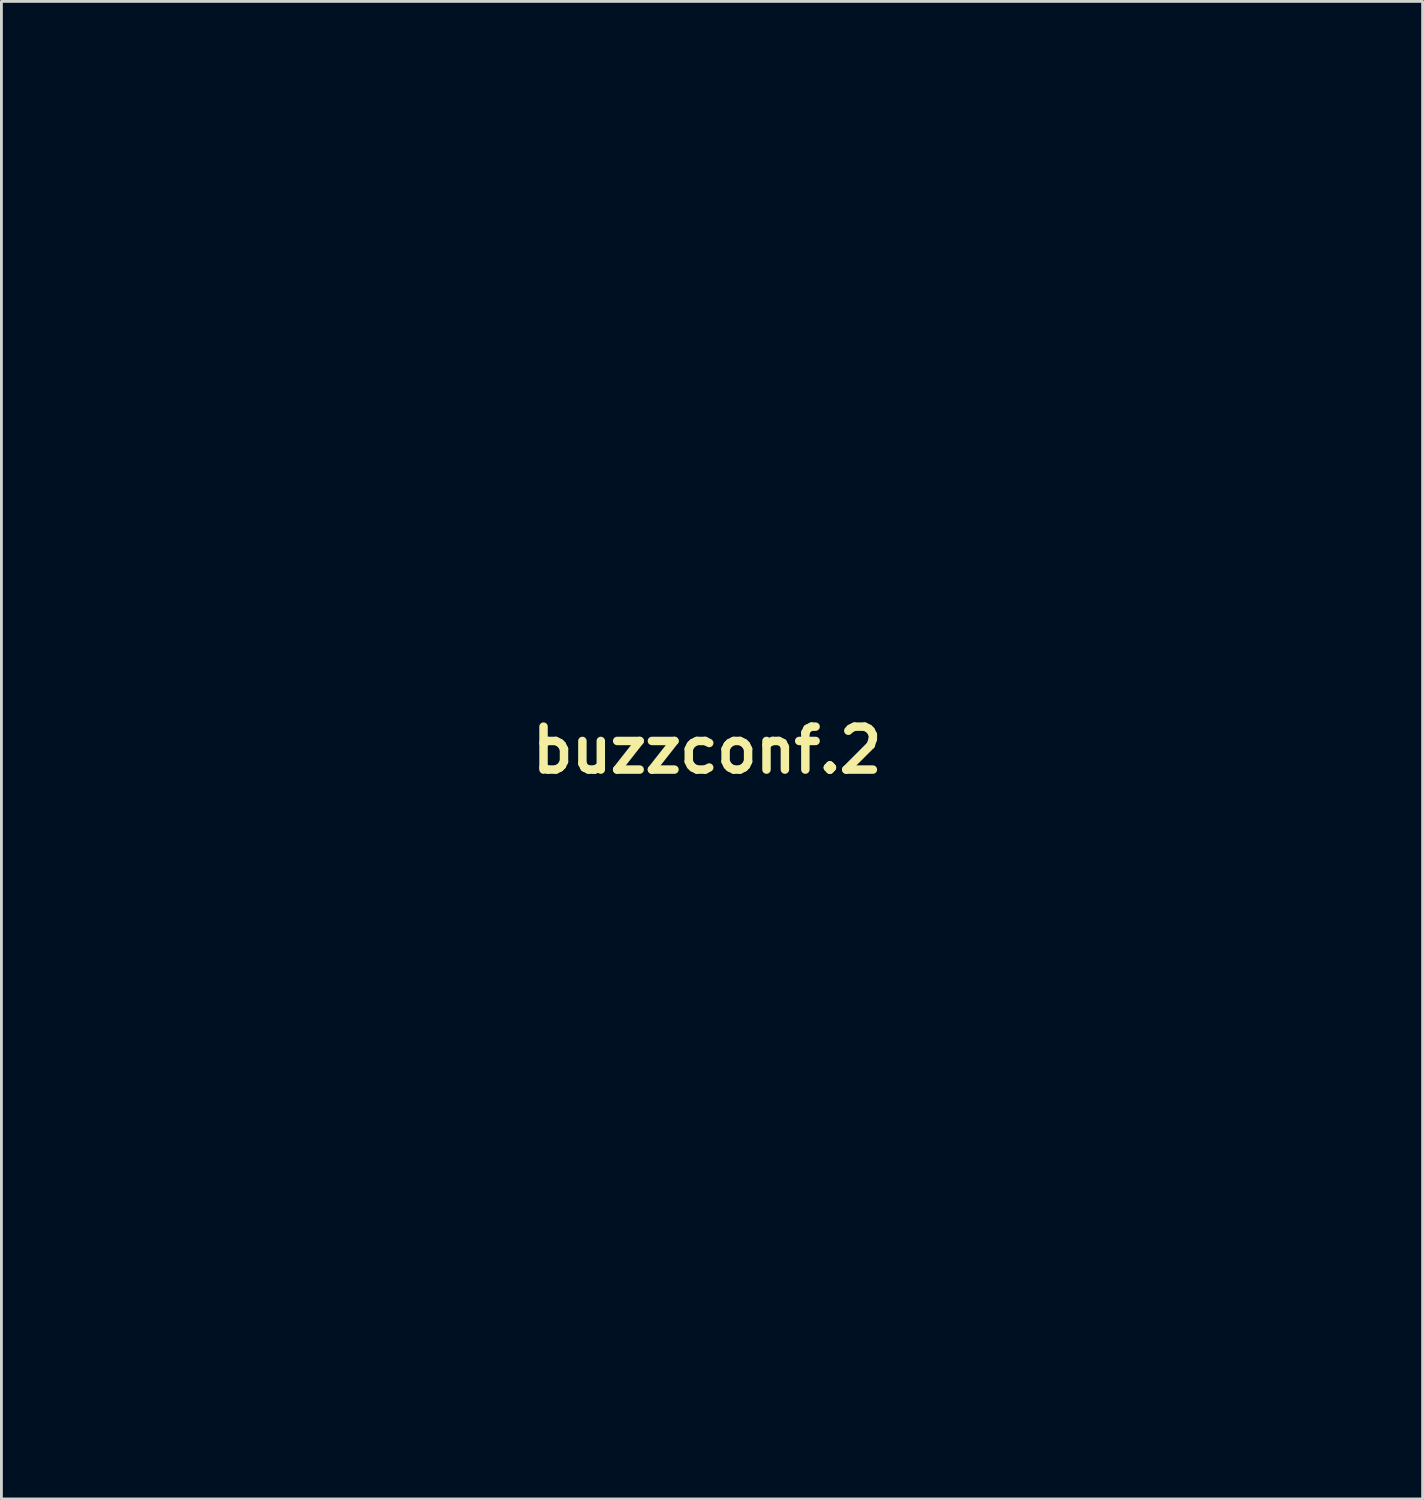
<source format=kicad_pcb>
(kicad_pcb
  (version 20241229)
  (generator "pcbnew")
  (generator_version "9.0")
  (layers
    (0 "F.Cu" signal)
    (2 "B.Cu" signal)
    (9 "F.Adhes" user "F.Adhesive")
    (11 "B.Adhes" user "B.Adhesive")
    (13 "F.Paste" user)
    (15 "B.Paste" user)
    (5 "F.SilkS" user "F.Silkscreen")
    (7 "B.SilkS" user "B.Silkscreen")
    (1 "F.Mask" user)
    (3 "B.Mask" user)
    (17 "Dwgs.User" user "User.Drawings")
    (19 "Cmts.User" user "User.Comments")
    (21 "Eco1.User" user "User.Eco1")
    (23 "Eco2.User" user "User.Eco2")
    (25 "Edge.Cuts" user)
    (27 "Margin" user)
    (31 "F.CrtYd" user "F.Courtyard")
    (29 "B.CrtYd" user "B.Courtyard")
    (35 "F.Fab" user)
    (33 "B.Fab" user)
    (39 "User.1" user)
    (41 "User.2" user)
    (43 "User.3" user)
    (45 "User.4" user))
  (footprint "buzzconf.2"
    (layer "F.Cu")
    (at 22.039 23.564)
    (property "Reference" "buzzconf.2" (at 0 0 0) (layer "F.SilkS") (effects (font (size 1.524 1.524) (thickness 0.3))))
    (attr through_hole)
    (fp_poly (pts (xy 4.47 0.864) (xy 4.42 0.914) (xy 4.369 0.864) (xy 4.42 0.813) (xy 4.47 0.864)) (stroke (width 0.01) (type solid)) (fill no) (layer "Eco1.User"))
    (fp_poly (pts (xy 3.988 0.238) (xy 4.001 0.275) (xy 3.861 0.289) (xy 3.717 0.273) (xy 3.734 0.238) (xy 3.942 0.224) (xy 3.988 0.238)) (stroke (width 0.01) (type solid)) (fill no) (layer "Eco1.User"))
    (fp_poly (pts (xy 4.17 1.121) (xy 4.261 1.329) (xy 4.204 1.42) (xy 4.176 1.422) (xy 4.067 1.341) (xy 4.022 1.255) (xy 3.996 1.077) (xy 4.063 1.023) (xy 4.17 1.121)) (stroke (width 0.01) (type solid)) (fill no) (layer "Eco1.User"))
    (fp_poly (pts (xy 4.38 0.174) (xy 4.46 0.34) (xy 4.454 0.404) (xy 4.374 0.466) (xy 4.341 0.447) (xy 4.274 0.288) (xy 4.267 0.217) (xy 4.299 0.12) (xy 4.38 0.174)) (stroke (width 0.01) (type solid)) (fill no) (layer "Eco1.User"))
    (fp_poly (pts (xy 6.598 -0.934) (xy 6.641 -0.864) (xy 6.621 -0.741) (xy 6.494 -0.711) (xy 6.367 -0.779) (xy 6.302 -0.927) (xy 6.401 -1.013) (xy 6.441 -1.016) (xy 6.598 -0.934)) (stroke (width 0.01) (type solid)) (fill no) (layer "Eco1.User"))
    (fp_poly (pts (xy 3.136 0.35) (xy 3.528 0.444) (xy 3.556 0.451) (xy 3.777 0.494) (xy 3.835 0.5) (xy 3.954 0.572) (xy 3.962 0.61) (xy 3.876 0.678) (xy 3.662 0.696) (xy 3.391 0.669) (xy 3.132 0.599) (xy 3.073 0.573) (xy 2.9 0.455) (xy 2.845 0.37) (xy 2.915 0.326) (xy 3.136 0.35)) (stroke (width 0.01) (type solid)) (fill no) (layer "Eco1.User"))
    (fp_poly (pts (xy 13.377 2.275) (xy 13.535 2.48) (xy 13.613 2.621) (xy 13.614 2.633) (xy 13.537 2.722) (xy 13.328 2.902) (xy 13.02 3.146) (xy 12.687 3.396) (xy 11.76 4.079) (xy 11.827 3.69) (xy 11.907 3.261) (xy 11.991 2.974) (xy 12.112 2.77) (xy 12.304 2.59) (xy 12.57 2.397) (xy 13.14 2) (xy 13.377 2.275)) (stroke (width 0.01) (type solid)) (fill no) (layer "Eco1.User"))
    (fp_poly (pts (xy -0.469 -9.713) (xy -0.205 -9.602) (xy 0.158 -9.439) (xy 0.484 -9.288) (xy 1.473 -8.822) (xy 1.016 -8.633) (xy 0.63 -8.495) (xy 0.326 -8.459) (xy 0.02 -8.53) (xy -0.356 -8.704) (xy -0.636 -8.85) (xy -0.83 -8.952) (xy -0.886 -8.984) (xy -0.882 -9.092) (xy -0.819 -9.302) (xy -0.728 -9.534) (xy -0.637 -9.708) (xy -0.591 -9.754) (xy -0.469 -9.713)) (stroke (width 0.01) (type solid)) (fill no) (layer "Eco1.User"))
    (fp_poly (pts (xy -19.77 -1.259) (xy -19.631 -1.115) (xy -19.632 -0.872) (xy -19.763 -0.573) (xy -19.915 -0.37) (xy -20.252 -0.068) (xy -20.655 0.173) (xy -21.077 0.336) (xy -21.47 0.407) (xy -21.787 0.369) (xy -21.925 0.284) (xy -22.034 0.058) (xy -21.98 -0.206) (xy -21.794 -0.484) (xy -21.508 -0.755) (xy -21.152 -0.995) (xy -20.757 -1.182) (xy -20.356 -1.294) (xy -19.979 -1.309) (xy -19.77 -1.259)) (stroke (width 0.01) (type solid)) (fill no) (layer "Eco1.User"))
    (fp_poly (pts (xy 13.723 21.819) (xy 14.162 22.021) (xy 14.586 22.307) (xy 14.932 22.635) (xy 15.091 22.866) (xy 15.185 23.183) (xy 15.115 23.411) (xy 14.905 23.541) (xy 14.579 23.561) (xy 14.161 23.46) (xy 13.97 23.382) (xy 13.669 23.199) (xy 13.355 22.939) (xy 13.076 22.648) (xy 12.876 22.375) (xy 12.802 22.169) (xy 12.888 21.911) (xy 13.13 21.767) (xy 13.335 21.742) (xy 13.723 21.819)) (stroke (width 0.01) (type solid)) (fill no) (layer "Eco1.User"))
    (fp_poly (pts (xy 16.285 -21.305) (xy 16.434 -20.982) (xy 16.525 -20.563) (xy 16.555 -20.1) (xy 16.519 -19.644) (xy 16.412 -19.245) (xy 16.293 -19.028) (xy 16.055 -18.78) (xy 15.846 -18.73) (xy 15.646 -18.877) (xy 15.548 -19.018) (xy 15.405 -19.365) (xy 15.34 -19.778) (xy 15.343 -20.218) (xy 15.406 -20.647) (xy 15.521 -21.026) (xy 15.679 -21.317) (xy 15.873 -21.48) (xy 16.083 -21.482) (xy 16.285 -21.305)) (stroke (width 0.01) (type solid)) (fill no) (layer "Eco1.User"))
    (fp_poly (pts (xy -4.022 6.968) (xy -3.839 7.118) (xy -3.643 7.294) (xy -3.413 7.52) (xy -3.279 7.707) (xy -3.211 7.927) (xy -3.178 8.252) (xy -3.168 8.407) (xy -3.128 9.114) (xy -3.456 9.18) (xy -3.704 9.225) (xy -3.855 9.246) (xy -3.859 9.246) (xy -3.897 9.151) (xy -3.943 8.894) (xy -3.991 8.515) (xy -4.031 8.103) (xy -4.068 7.644) (xy -4.094 7.267) (xy -4.106 7.013) (xy -4.104 6.924) (xy -4.022 6.968)) (stroke (width 0.01) (type solid)) (fill no) (layer "Eco1.User"))
    (fp_poly (pts (xy 12.373 18.923) (xy 12.815 19.039) (xy 13.279 19.235) (xy 13.736 19.505) (xy 14.159 19.84) (xy 14.519 20.231) (xy 14.648 20.416) (xy 14.855 20.79) (xy 14.922 21.066) (xy 14.852 21.292) (xy 14.732 21.438) (xy 14.439 21.596) (xy 14.029 21.626) (xy 13.614 21.546) (xy 13.049 21.316) (xy 12.518 20.993) (xy 12.052 20.609) (xy 11.685 20.195) (xy 11.45 19.782) (xy 11.379 19.445) (xy 11.455 19.15) (xy 11.665 18.971) (xy 11.98 18.898) (xy 12.373 18.923)) (stroke (width 0.01) (type solid)) (fill no) (layer "Eco1.User"))
    (fp_poly (pts (xy 14.775 -20.024) (xy 14.986 -19.715) (xy 15.148 -19.264) (xy 15.243 -18.679) (xy 15.261 -18.24) (xy 15.219 -17.621) (xy 15.106 -17.075) (xy 14.934 -16.623) (xy 14.72 -16.286) (xy 14.475 -16.085) (xy 14.215 -16.039) (xy 13.954 -16.17) (xy 13.885 -16.238) (xy 13.66 -16.611) (xy 13.509 -17.125) (xy 13.435 -17.728) (xy 13.446 -18.369) (xy 13.545 -18.996) (xy 13.577 -19.119) (xy 13.779 -19.656) (xy 14.016 -20.007) (xy 14.273 -20.179) (xy 14.532 -20.182) (xy 14.775 -20.024)) (stroke (width 0.01) (type solid)) (fill no) (layer "Eco1.User"))
    (fp_poly (pts (xy -16.925 -1.263) (xy -16.762 -1.167) (xy -16.586 -0.886) (xy -16.594 -0.546) (xy -16.784 -0.166) (xy -16.891 -0.029) (xy -17.151 0.263) (xy -17.369 0.468) (xy -17.612 0.635) (xy -17.945 0.813) (xy -18.136 0.908) (xy -18.698 1.138) (xy -19.204 1.261) (xy -19.614 1.267) (xy -19.765 1.226) (xy -20.067 1.021) (xy -20.186 0.74) (xy -20.122 0.394) (xy -19.876 -0.006) (xy -19.673 -0.235) (xy -19.254 -0.592) (xy -18.766 -0.892) (xy -18.249 -1.122) (xy -17.743 -1.269) (xy -17.288 -1.321) (xy -16.925 -1.263)) (stroke (width 0.01) (type solid)) (fill no) (layer "Eco1.User"))
    (fp_poly (pts (xy -13.316 -1.004) (xy -13.105 -0.963) (xy -13.035 -0.873) (xy -13.11 -0.716) (xy -13.335 -0.474) (xy -13.712 -0.13) (xy -13.89 0.025) (xy -14.377 0.462) (xy -14.909 0.96) (xy -15.413 1.45) (xy -15.727 1.768) (xy -16.124 2.17) (xy -16.424 2.436) (xy -16.66 2.583) (xy -16.867 2.632) (xy -17.077 2.601) (xy -17.17 2.57) (xy -17.493 2.361) (xy -17.657 2.045) (xy -17.658 1.646) (xy -17.493 1.187) (xy -17.387 1.003) (xy -16.924 0.437) (xy -16.31 -0.073) (xy -15.596 -0.498) (xy -14.833 -0.812) (xy -14.072 -0.987) (xy -13.665 -1.014) (xy -13.316 -1.004)) (stroke (width 0.01) (type solid)) (fill no) (layer "Eco1.User"))
    (fp_poly (pts (xy 8.207 5.322) (xy 8.196 5.403) (xy 8.142 5.658) (xy 8.082 5.988) (xy 8.071 6.059) (xy 8.004 6.478) (xy 6.099 7.456) (xy 5.527 7.746) (xy 5.016 8.002) (xy 4.592 8.21) (xy 4.285 8.356) (xy 4.121 8.426) (xy 4.103 8.43) (xy 3.977 8.379) (xy 3.732 8.246) (xy 3.422 8.062) (xy 3.42 8.061) (xy 2.827 7.694) (xy 4.284 7.064) (xy 4.929 6.779) (xy 5.64 6.453) (xy 6.338 6.124) (xy 6.938 5.831) (xy 6.998 5.801) (xy 7.496 5.552) (xy 7.84 5.388) (xy 8.056 5.301) (xy 8.17 5.282) (xy 8.207 5.322)) (stroke (width 0.01) (type solid)) (fill no) (layer "Eco1.User"))
    (fp_poly (pts (xy 12.414 -18.463) (xy 12.585 -18.335) (xy 12.894 -17.955) (xy 13.127 -17.426) (xy 13.282 -16.786) (xy 13.356 -16.076) (xy 13.347 -15.334) (xy 13.252 -14.6) (xy 13.07 -13.914) (xy 12.872 -13.449) (xy 12.751 -13.26) (xy 12.59 -13.057) (xy 12.432 -12.888) (xy 12.32 -12.801) (xy 12.294 -12.814) (xy 12.273 -12.999) (xy 12.216 -13.343) (xy 12.131 -13.806) (xy 12.025 -14.348) (xy 11.908 -14.929) (xy 11.787 -15.509) (xy 11.669 -16.048) (xy 11.563 -16.508) (xy 11.488 -16.808) (xy 11.192 -17.918) (xy 11.53 -18.255) (xy 11.843 -18.507) (xy 12.123 -18.575) (xy 12.414 -18.463)) (stroke (width 0.01) (type solid)) (fill no) (layer "Eco1.User"))
    (fp_poly (pts (xy 5.959 -6.239) (xy 6.264 -6.041) (xy 6.685 -5.759) (xy 7.172 -5.428) (xy 7.674 -5.082) (xy 7.798 -4.996) (xy 9.042 -4.128) (xy 9.042 -3.385) (xy 9.038 -3.025) (xy 9.026 -2.762) (xy 9.009 -2.644) (xy 9.007 -2.642) (xy 8.919 -2.701) (xy 8.699 -2.865) (xy 8.376 -3.112) (xy 7.976 -3.422) (xy 7.706 -3.632) (xy 7.156 -4.056) (xy 6.549 -4.511) (xy 5.953 -4.948) (xy 5.435 -5.316) (xy 5.356 -5.371) (xy 4.955 -5.656) (xy 4.629 -5.904) (xy 4.407 -6.091) (xy 4.32 -6.194) (xy 4.321 -6.202) (xy 4.439 -6.278) (xy 4.686 -6.384) (xy 4.868 -6.449) (xy 5.365 -6.614) (xy 5.959 -6.239)) (stroke (width 0.01) (type solid)) (fill no) (layer "Eco1.User"))
    (fp_poly (pts (xy 9.786 15.782) (xy 10.04 15.873) (xy 10.405 16.008) (xy 10.814 16.161) (xy 11.372 16.361) (xy 12.035 16.582) (xy 12.714 16.794) (xy 13.217 16.942) (xy 13.747 17.094) (xy 14.115 17.209) (xy 14.354 17.304) (xy 14.498 17.395) (xy 14.579 17.497) (xy 14.627 17.61) (xy 14.716 18.075) (xy 14.635 18.443) (xy 14.396 18.703) (xy 14.011 18.848) (xy 13.494 18.869) (xy 12.966 18.785) (xy 12.397 18.583) (xy 11.774 18.249) (xy 11.155 17.826) (xy 10.596 17.351) (xy 10.152 16.867) (xy 10.012 16.666) (xy 9.876 16.416) (xy 9.759 16.142) (xy 9.682 15.905) (xy 9.665 15.764) (xy 9.683 15.748) (xy 9.786 15.782)) (stroke (width 0.01) (type solid)) (fill no) (layer "Eco1.User"))
    (fp_poly (pts (xy -2.762 -2.897) (xy -2.761 -2.789) (xy -2.784 -2.514) (xy -2.826 -2.106) (xy -2.884 -1.599) (xy -2.932 -1.202) (xy -3.012 -0.508) (xy -3.089 0.242) (xy -3.154 0.971) (xy -3.2 1.601) (xy -3.209 1.753) (xy -3.24 2.239) (xy -3.275 2.642) (xy -3.31 2.923) (xy -3.341 3.046) (xy -3.345 3.048) (xy -3.447 2.981) (xy -3.641 2.807) (xy -3.838 2.614) (xy -4.264 2.18) (xy -4.153 0.153) (xy -4.115 -0.482) (xy -4.073 -1.057) (xy -4.032 -1.539) (xy -3.994 -1.892) (xy -3.962 -2.082) (xy -3.958 -2.093) (xy -3.85 -2.227) (xy -3.636 -2.407) (xy -3.368 -2.6) (xy -3.098 -2.77) (xy -2.879 -2.88) (xy -2.762 -2.898) (xy -2.762 -2.897)) (stroke (width 0.01) (type solid)) (fill no) (layer "Eco1.User"))
    (fp_poly (pts (xy 13.918 -10.921) (xy 14.546 -10.883) (xy 15.212 -10.821) (xy 15.86 -10.741) (xy 16.437 -10.648) (xy 16.811 -10.567) (xy 17.858 -10.226) (xy 18.73 -9.784) (xy 19.425 -9.248) (xy 19.945 -8.622) (xy 20.286 -7.912) (xy 20.448 -7.122) (xy 20.431 -6.259) (xy 20.234 -5.327) (xy 19.854 -4.331) (xy 19.293 -3.277) (xy 18.547 -2.17) (xy 18.405 -1.981) (xy 17.998 -1.471) (xy 17.531 -0.924) (xy 17.044 -0.384) (xy 16.58 0.102) (xy 16.179 0.488) (xy 16.047 0.604) (xy 15.576 1.001) (xy 15.047 0.472) (xy 15.932 -0.454) (xy 16.858 -1.491) (xy 17.615 -2.487) (xy 18.198 -3.433) (xy 18.602 -4.321) (xy 18.794 -4.997) (xy 18.855 -5.738) (xy 18.731 -6.402) (xy 18.43 -6.987) (xy 17.957 -7.486) (xy 17.319 -7.896) (xy 16.522 -8.211) (xy 15.572 -8.427) (xy 14.476 -8.54) (xy 13.985 -8.555) (xy 13.395 -8.571) (xy 12.965 -8.6) (xy 12.712 -8.642) (xy 12.648 -8.68) (xy 12.629 -8.822) (xy 12.604 -9.119) (xy 12.578 -9.52) (xy 12.561 -9.817) (xy 12.507 -10.846) (xy 12.988 -10.91) (xy 13.38 -10.932) (xy 13.918 -10.921)) (stroke (width 0.01) (type solid)) (fill no) (layer "Eco1.User"))
    (fp_poly (pts (xy -2.771 11.623) (xy -2.734 11.729) (xy -2.659 11.993) (xy -2.557 12.373) (xy -2.444 12.814) (xy -2.074 14.09) (xy -1.65 15.221) (xy -1.177 16.195) (xy -0.662 17.002) (xy -0.111 17.63) (xy 0.47 18.068) (xy 0.549 18.112) (xy 1.12 18.303) (xy 1.75 18.328) (xy 2.381 18.189) (xy 2.718 18.038) (xy 3.308 17.634) (xy 3.919 17.067) (xy 4.522 16.369) (xy 5.09 15.574) (xy 5.594 14.715) (xy 5.689 14.529) (xy 5.828 14.257) (xy 5.93 14.071) (xy 5.959 14.026) (xy 6.061 14.05) (xy 6.306 14.149) (xy 6.655 14.307) (xy 7.009 14.477) (xy 8.017 14.973) (xy 7.643 15.691) (xy 7.117 16.604) (xy 6.519 17.479) (xy 5.875 18.287) (xy 5.209 18.999) (xy 4.549 19.585) (xy 3.92 20.016) (xy 3.735 20.114) (xy 2.993 20.387) (xy 2.241 20.499) (xy 1.526 20.447) (xy 1.207 20.36) (xy 0.777 20.176) (xy 0.365 19.918) (xy -0.055 19.564) (xy -0.512 19.089) (xy -1.031 18.469) (xy -1.253 18.186) (xy -1.341 18.038) (xy -1.493 17.748) (xy -1.688 17.357) (xy -1.899 16.916) (xy -2.45 15.623) (xy -2.914 14.243) (xy -3.288 12.828) (xy -3.532 11.788) (xy -3.169 11.688) (xy -2.924 11.631) (xy -2.781 11.618) (xy -2.771 11.623)) (stroke (width 0.01) (type solid)) (fill no) (layer "Eco1.User"))
    (fp_poly (pts (xy -7.59 -11.816) (xy -6.262 -11.623) (xy -5.182 -11.385) (xy -4.795 -11.283) (xy -4.356 -11.16) (xy -3.911 -11.03) (xy -3.506 -10.908) (xy -3.187 -10.806) (xy -3.001 -10.738) (xy -2.975 -10.725) (xy -2.982 -10.626) (xy -3.032 -10.419) (xy -3.101 -10.185) (xy -3.165 -10.006) (xy -3.195 -9.957) (xy -3.301 -9.982) (xy -3.565 -10.051) (xy -3.949 -10.155) (xy -4.416 -10.282) (xy -4.504 -10.306) (xy -5.74 -10.604) (xy -6.833 -10.781) (xy -7.802 -10.838) (xy -8.612 -10.785) (xy -9.46 -10.606) (xy -10.139 -10.315) (xy -10.656 -9.907) (xy -11.016 -9.375) (xy -11.225 -8.713) (xy -11.289 -7.915) (xy -11.289 -7.905) (xy -11.221 -7.258) (xy -11.039 -6.501) (xy -10.759 -5.681) (xy -10.398 -4.844) (xy -9.972 -4.037) (xy -9.792 -3.74) (xy -9.646 -3.499) (xy -9.56 -3.339) (xy -9.55 -3.311) (xy -9.628 -3.239) (xy -9.832 -3.084) (xy -10.121 -2.876) (xy -10.452 -2.643) (xy -10.782 -2.417) (xy -11.07 -2.226) (xy -11.273 -2.099) (xy -11.334 -2.067) (xy -11.429 -2.13) (xy -11.591 -2.333) (xy -11.789 -2.639) (xy -11.863 -2.765) (xy -12.475 -3.941) (xy -12.981 -5.121) (xy -13.278 -5.987) (xy -13.459 -6.777) (xy -13.549 -7.599) (xy -13.548 -8.397) (xy -13.455 -9.115) (xy -13.322 -9.573) (xy -13.003 -10.162) (xy -12.548 -10.708) (xy -12.015 -11.144) (xy -11.789 -11.276) (xy -10.936 -11.607) (xy -9.942 -11.808) (xy -8.822 -11.878) (xy -7.59 -11.816)) (stroke (width 0.01) (type solid)) (fill no) (layer "Eco1.User"))
    (fp_poly (pts (xy 12.613 -1.231) (xy 12.822 -1.054) (xy 13.133 -0.767) (xy 13.527 -0.389) (xy 13.986 0.062) (xy 14.49 0.565) (xy 15.021 1.101) (xy 15.56 1.653) (xy 16.089 2.201) (xy 16.588 2.725) (xy 17.038 3.208) (xy 17.422 3.629) (xy 17.72 3.97) (xy 17.798 4.064) (xy 18.981 5.582) (xy 19.983 7.018) (xy 20.807 8.379) (xy 21.456 9.671) (xy 21.933 10.898) (xy 22.241 12.067) (xy 22.344 12.734) (xy 22.376 13.711) (xy 22.241 14.577) (xy 21.943 15.328) (xy 21.488 15.962) (xy 20.88 16.475) (xy 20.125 16.865) (xy 19.227 17.126) (xy 18.191 17.258) (xy 17.024 17.255) (xy 15.728 17.115) (xy 15.711 17.112) (xy 14.083 16.782) (xy 12.368 16.287) (xy 10.583 15.64) (xy 8.743 14.851) (xy 6.867 13.929) (xy 4.97 12.886) (xy 3.071 11.732) (xy 1.187 10.478) (xy -0.667 9.134) (xy -2.472 7.71) (xy -4.212 6.218) (xy -5.87 4.668) (xy -7.428 3.07) (xy -8.032 2.406) (xy -8.921 1.408) (xy -8.499 1.028) (xy -8.162 0.734) (xy -7.782 0.414) (xy -7.607 0.271) (xy -7.137 -0.106) (xy -5.778 1.277) (xy -3.71 3.26) (xy -1.553 5.084) (xy 0.72 6.771) (xy 3.137 8.34) (xy 4.294 9.022) (xy 5.78 9.829) (xy 7.228 10.527) (xy 8.626 11.115) (xy 9.963 11.591) (xy 11.228 11.952) (xy 12.41 12.197) (xy 13.497 12.323) (xy 14.478 12.328) (xy 15.342 12.21) (xy 16.078 11.968) (xy 16.674 11.599) (xy 16.91 11.373) (xy 17.212 10.925) (xy 17.441 10.366) (xy 17.563 9.786) (xy 17.575 9.557) (xy 17.487 8.725) (xy 17.233 7.794) (xy 16.819 6.776) (xy 16.252 5.682) (xy 15.537 4.523) (xy 14.681 3.31) (xy 13.689 2.053) (xy 13.318 1.614) (xy 12.305 0.434) (xy 12.388 -0.397) (xy 12.433 -0.787) (xy 12.478 -1.093) (xy 12.515 -1.263) (xy 12.524 -1.28) (xy 12.613 -1.231)) (stroke (width 0.01) (type solid)) (fill no) (layer "Eco1.User"))
    (fp_poly (pts (xy 8.415 -10.313) (xy 8.452 -10.195) (xy 8.506 -9.927) (xy 8.568 -9.564) (xy 8.631 -9.158) (xy 8.684 -8.763) (xy 8.722 -8.431) (xy 8.735 -8.229) (xy 8.724 -8.117) (xy 8.666 -8.029) (xy 8.528 -7.95) (xy 8.276 -7.864) (xy 7.879 -7.754) (xy 7.595 -7.681) (xy 5.52 -7.074) (xy 3.384 -6.31) (xy 1.228 -5.408) (xy -0.909 -4.39) (xy -2.987 -3.273) (xy -4.965 -2.079) (xy -6.803 -0.826) (xy -7.62 -0.213) (xy -8.255 0.308) (xy -8.931 0.911) (xy -9.611 1.557) (xy -10.256 2.211) (xy -10.83 2.835) (xy -11.297 3.393) (xy -11.473 3.628) (xy -12.012 4.435) (xy -12.409 5.146) (xy -12.677 5.794) (xy -12.831 6.413) (xy -12.879 6.858) (xy -12.894 7.287) (xy -12.876 7.59) (xy -12.811 7.842) (xy -12.685 8.12) (xy -12.633 8.22) (xy -12.221 8.786) (xy -11.637 9.249) (xy -10.885 9.609) (xy -9.97 9.864) (xy -8.896 10.013) (xy -7.666 10.056) (xy -6.286 9.99) (xy -5.878 9.953) (xy -5.198 9.866) (xy -4.331 9.724) (xy -3.286 9.528) (xy -2.07 9.28) (xy -1.574 9.174) (xy -1.364 9.217) (xy -1.025 9.407) (xy -0.668 9.661) (xy 0.034 10.192) (xy -1.075 10.579) (xy -2.672 11.101) (xy -4.325 11.575) (xy -5.976 11.985) (xy -7.566 12.319) (xy -8.941 12.546) (xy -9.438 12.604) (xy -10.051 12.655) (xy -10.737 12.7) (xy -11.449 12.734) (xy -12.145 12.758) (xy -12.778 12.768) (xy -13.304 12.764) (xy -13.679 12.743) (xy -13.716 12.739) (xy -14.923 12.537) (xy -15.986 12.254) (xy -16.89 11.894) (xy -17.618 11.465) (xy -17.682 11.417) (xy -18.311 10.826) (xy -18.756 10.154) (xy -19.017 9.405) (xy -19.095 8.583) (xy -18.991 7.693) (xy -18.705 6.737) (xy -18.238 5.72) (xy -17.591 4.645) (xy -16.764 3.517) (xy -16.248 2.893) (xy -15.107 1.669) (xy -13.784 0.438) (xy -12.297 -0.787) (xy -10.667 -1.995) (xy -8.913 -3.174) (xy -7.054 -4.311) (xy -5.111 -5.395) (xy -3.103 -6.412) (xy -1.05 -7.352) (xy 1.03 -8.202) (xy 2.54 -8.753) (xy 3.154 -8.959) (xy 3.834 -9.173) (xy 4.552 -9.388) (xy 5.281 -9.597) (xy 5.994 -9.793) (xy 6.663 -9.969) (xy 7.262 -10.117) (xy 7.764 -10.231) (xy 8.141 -10.302) (xy 8.366 -10.325) (xy 8.415 -10.313)) (stroke (width 0.01) (type solid)) (fill no) (layer "Eco1.User"))
    (fp_poly (pts (xy 6.633 -23.456) (xy 7.363 -23.151) (xy 8.067 -22.645) (xy 8.746 -21.937) (xy 9.095 -21.481) (xy 9.724 -20.459) (xy 10.286 -19.26) (xy 10.781 -17.9) (xy 11.206 -16.393) (xy 11.561 -14.756) (xy 11.846 -13.004) (xy 12.06 -11.151) (xy 12.201 -9.214) (xy 12.268 -7.207) (xy 12.262 -5.146) (xy 12.181 -3.046) (xy 12.024 -0.923) (xy 11.79 1.209) (xy 11.479 3.333) (xy 11.089 5.435) (xy 10.715 7.112) (xy 10.557 7.746) (xy 10.386 8.398) (xy 10.211 9.039) (xy 10.04 9.64) (xy 9.882 10.172) (xy 9.745 10.605) (xy 9.638 10.909) (xy 9.57 11.055) (xy 9.557 11.064) (xy 9.437 11.023) (xy 9.195 10.931) (xy 9.042 10.871) (xy 8.682 10.723) (xy 8.257 10.542) (xy 8.013 10.436) (xy 7.441 10.182) (xy 7.678 9.364) (xy 7.977 8.232) (xy 8.269 6.945) (xy 8.543 5.554) (xy 8.791 4.108) (xy 9.005 2.655) (xy 9.176 1.245) (xy 9.252 0.457) (xy 9.296 -0.202) (xy 9.33 -1.011) (xy 9.352 -1.926) (xy 9.364 -2.905) (xy 9.365 -3.904) (xy 9.355 -4.88) (xy 9.334 -5.789) (xy 9.302 -6.589) (xy 9.26 -7.235) (xy 9.252 -7.315) (xy 9.082 -8.837) (xy 8.873 -10.19) (xy 8.616 -11.407) (xy 8.303 -12.519) (xy 7.928 -13.56) (xy 7.516 -14.49) (xy 7.076 -15.289) (xy 6.59 -15.973) (xy 6.08 -16.512) (xy 5.571 -16.88) (xy 5.547 -16.892) (xy 4.971 -17.085) (xy 4.334 -17.109) (xy 3.688 -16.967) (xy 3.357 -16.823) (xy 2.719 -16.395) (xy 2.078 -15.777) (xy 1.443 -14.981) (xy 0.82 -14.021) (xy 0.218 -12.909) (xy -0.356 -11.658) (xy -0.895 -10.282) (xy -1.391 -8.792) (xy -1.48 -8.495) (xy -1.778 -7.491) (xy -2.53 -7.148) (xy -2.883 -6.994) (xy -3.158 -6.887) (xy -3.311 -6.845) (xy -3.326 -6.848) (xy -3.335 -6.976) (xy -3.296 -7.275) (xy -3.215 -7.716) (xy -3.099 -8.275) (xy -2.953 -8.925) (xy -2.785 -9.64) (xy -2.601 -10.394) (xy -2.406 -11.16) (xy -2.207 -11.912) (xy -2.011 -12.625) (xy -1.824 -13.271) (xy -1.652 -13.826) (xy -1.615 -13.939) (xy -1.051 -15.507) (xy -0.438 -16.987) (xy 0.209 -18.347) (xy 0.875 -19.554) (xy 1.228 -20.117) (xy 1.754 -20.846) (xy 2.34 -21.54) (xy 2.953 -22.165) (xy 3.558 -22.687) (xy 4.12 -23.071) (xy 4.292 -23.162) (xy 5.098 -23.462) (xy 5.878 -23.559) (xy 6.633 -23.456)) (stroke (width 0.01) (type solid)) (fill no) (layer "Eco1.User"))
    (fp_poly (pts (xy 3.684 -3.279) (xy 4.493 -3.043) (xy 5.249 -2.631) (xy 5.715 -2.255) (xy 5.932 -2.023) (xy 5.979 -1.885) (xy 5.857 -1.831) (xy 5.803 -1.829) (xy 5.576 -1.783) (xy 5.327 -1.682) (xy 5.109 -1.592) (xy 4.973 -1.578) (xy 4.971 -1.579) (xy 4.865 -1.539) (xy 4.668 -1.39) (xy 4.507 -1.243) (xy 4.194 -0.948) (xy 3.954 -0.741) (xy 3.81 -0.639) (xy 3.783 -0.66) (xy 3.796 -0.686) (xy 3.791 -0.78) (xy 3.608 -0.812) (xy 3.574 -0.813) (xy 3.28 -0.736) (xy 3.099 -0.545) (xy 2.923 -0.277) (xy 3.193 -0.328) (xy 3.389 -0.335) (xy 3.42 -0.266) (xy 3.301 -0.179) (xy 3.253 -0.181) (xy 3.071 -0.149) (xy 3.003 -0.106) (xy 2.85 -0.054) (xy 2.794 -0.077) (xy 2.756 -0.081) (xy 2.779 -0.034) (xy 2.77 0.123) (xy 2.687 0.245) (xy 2.582 0.406) (xy 2.583 0.495) (xy 2.565 0.629) (xy 2.446 0.83) (xy 2.437 0.842) (xy 2.28 1.141) (xy 2.243 1.442) (xy 2.331 1.676) (xy 2.362 1.706) (xy 2.552 1.793) (xy 2.794 1.845) (xy 3.009 1.899) (xy 3.1 1.98) (xy 3.1 1.981) (xy 3.152 2.154) (xy 3.183 2.21) (xy 3.22 2.383) (xy 3.202 2.436) (xy 3.19 2.588) (xy 3.236 2.849) (xy 3.264 2.948) (xy 3.394 3.238) (xy 3.549 3.326) (xy 3.721 3.212) (xy 3.857 2.996) (xy 3.985 2.779) (xy 4.084 2.662) (xy 4.089 2.659) (xy 4.147 2.543) (xy 4.166 2.37) (xy 4.228 2.108) (xy 4.372 1.853) (xy 4.5 1.643) (xy 4.472 1.526) (xy 4.46 1.517) (xy 4.431 1.425) (xy 4.566 1.324) (xy 4.723 1.179) (xy 4.735 1.059) (xy 4.74 0.934) (xy 4.857 0.913) (xy 5.033 0.981) (xy 5.213 1.127) (xy 5.262 1.187) (xy 5.461 1.46) (xy 5.534 1.229) (xy 5.614 1.079) (xy 5.758 1.047) (xy 6.02 1.121) (xy 6.045 1.131) (xy 6.142 1.119) (xy 6.147 1.1) (xy 6.21 0.987) (xy 6.364 0.802) (xy 6.384 0.78) (xy 6.539 0.577) (xy 6.551 0.412) (xy 6.511 0.321) (xy 6.412 0.098) (xy 6.435 0.03) (xy 6.562 0.109) (xy 6.684 0.191) (xy 6.706 0.123) (xy 6.703 0.096) (xy 6.693 -0.163) (xy 6.753 -0.268) (xy 6.807 -0.254) (xy 6.857 -0.129) (xy 6.893 0.144) (xy 6.909 0.507) (xy 6.909 0.552) (xy 6.897 1.073) (xy 6.863 1.479) (xy 6.812 1.746) (xy 6.748 1.851) (xy 6.697 1.814) (xy 6.579 1.779) (xy 6.399 1.881) (xy 6.195 2.085) (xy 6.009 2.353) (xy 5.931 2.511) (xy 5.823 2.782) (xy 5.808 2.901) (xy 5.891 2.896) (xy 5.988 2.848) (xy 6.217 2.759) (xy 6.308 2.8) (xy 6.266 2.954) (xy 6.094 3.204) (xy 5.88 3.443) (xy 5.412 3.874) (xy 4.989 4.153) (xy 4.632 4.265) (xy 4.591 4.267) (xy 4.324 4.305) (xy 4.184 4.356) (xy 4 4.409) (xy 3.682 4.464) (xy 3.302 4.508) (xy 2.913 4.547) (xy 2.584 4.589) (xy 2.388 4.624) (xy 2.153 4.613) (xy 1.93 4.526) (xy 1.664 4.376) (xy 1.469 4.293) (xy 1.242 4.234) (xy 1.213 4.228) (xy 0.901 4.081) (xy 0.543 3.79) (xy 0.175 3.395) (xy -0.17 2.938) (xy -0.456 2.459) (xy -0.639 2.032) (xy -0.676 1.867) (xy 0.341 1.867) (xy 0.346 2.011) (xy 0.471 2.207) (xy 0.49 2.233) (xy 0.645 2.528) (xy 0.755 2.887) (xy 0.768 2.964) (xy 0.827 3.336) (xy 0.882 3.548) (xy 0.948 3.64) (xy 1.019 3.658) (xy 1.082 3.595) (xy 1.066 3.555) (xy 1.082 3.418) (xy 1.191 3.191) (xy 1.355 2.939) (xy 1.535 2.728) (xy 1.576 2.692) (xy 1.703 2.517) (xy 1.77 2.361) (xy 1.784 2.163) (xy 1.658 2.064) (xy 1.452 1.959) (xy 1.195 1.794) (xy 1.168 1.775) (xy 0.878 1.573) (xy 0.699 1.488) (xy 0.58 1.513) (xy 0.471 1.642) (xy 0.446 1.678) (xy 0.341 1.867) (xy -0.676 1.867) (xy -0.781 1.397) (xy -0.836 0.694) (xy -0.795 0.051) (xy -0.709 -0.364) (xy -0.591 -0.757) (xy -0.46 -1.086) (xy -0.333 -1.308) (xy -0.226 -1.382) (xy -0.21 -1.376) (xy -0.193 -1.253) (xy -0.263 -0.99) (xy -0.378 -0.697) (xy -0.521 -0.347) (xy -0.585 -0.101) (xy -0.582 0.12) (xy -0.521 0.392) (xy -0.4 0.725) (xy -0.245 0.996) (xy -0.085 1.166) (xy 0.049 1.193) (xy 0.073 1.174) (xy 0.073 1.073) (xy 0.025 1.044) (xy -0.089 0.917) (xy -0.102 0.844) (xy -0.042 0.736) (xy 0.133 0.748) (xy 0.327 0.745) (xy 0.537 0.613) (xy 0.7 0.454) (xy 0.913 0.258) (xy 1.077 0.159) (xy 1.126 0.158) (xy 1.206 0.13) (xy 1.219 0.057) (xy 1.276 -0.084) (xy 1.392 -0.07) (xy 1.457 0.025) (xy 1.495 0.036) (xy 1.516 -0.116) (xy 1.454 -0.357) (xy 1.289 -0.467) (xy 1.078 -0.413) (xy 1.046 -0.389) (xy 0.904 -0.323) (xy 0.807 -0.413) (xy 0.744 -0.624) (xy 0.856 -0.747) (xy 0.974 -0.766) (xy 1.203 -0.806) (xy 1.289 -0.844) (xy 1.431 -0.832) (xy 1.515 -0.739) (xy 1.598 -0.641) (xy 1.622 -0.673) (xy 1.731 -0.673) (xy 1.747 -0.548) (xy 1.814 -0.56) (xy 1.924 -0.655) (xy 2.099 -0.943) (xy 2.134 -1.192) (xy 2.112 -1.428) (xy 2.03 -1.509) (xy 1.956 -1.505) (xy 1.839 -1.429) (xy 1.773 -1.228) (xy 1.746 -0.968) (xy 1.731 -0.673) (xy 1.622 -0.673) (xy 1.623 -0.673) (xy 1.562 -0.823) (xy 1.428 -0.94) (xy 1.301 -0.958) (xy 1.286 -0.947) (xy 1.23 -0.97) (xy 1.219 -1.056) (xy 1.177 -1.176) (xy 1.125 -1.173) (xy 1.026 -1.207) (xy 0.963 -1.327) (xy 0.855 -1.478) (xy 0.756 -1.485) (xy 0.645 -1.474) (xy 0.517 -1.554) (xy 0.329 -1.754) (xy 0.236 -1.864) (xy 0.216 -2.028) (xy 0.355 -2.243) (xy 0.623 -2.485) (xy 0.987 -2.731) (xy 1.418 -2.959) (xy 1.886 -3.147) (xy 2.025 -3.191) (xy 2.851 -3.331) (xy 3.684 -3.279)) (stroke (width 0.01) (type solid)) (fill no) (layer "Eco1.User")))
  (gr_rect
    (start -3 -3)
    (end 47.421 50.13)
    (stroke (width 0.1) (type default))
    (fill no)
    (layer "Edge.Cuts")))
</source>
